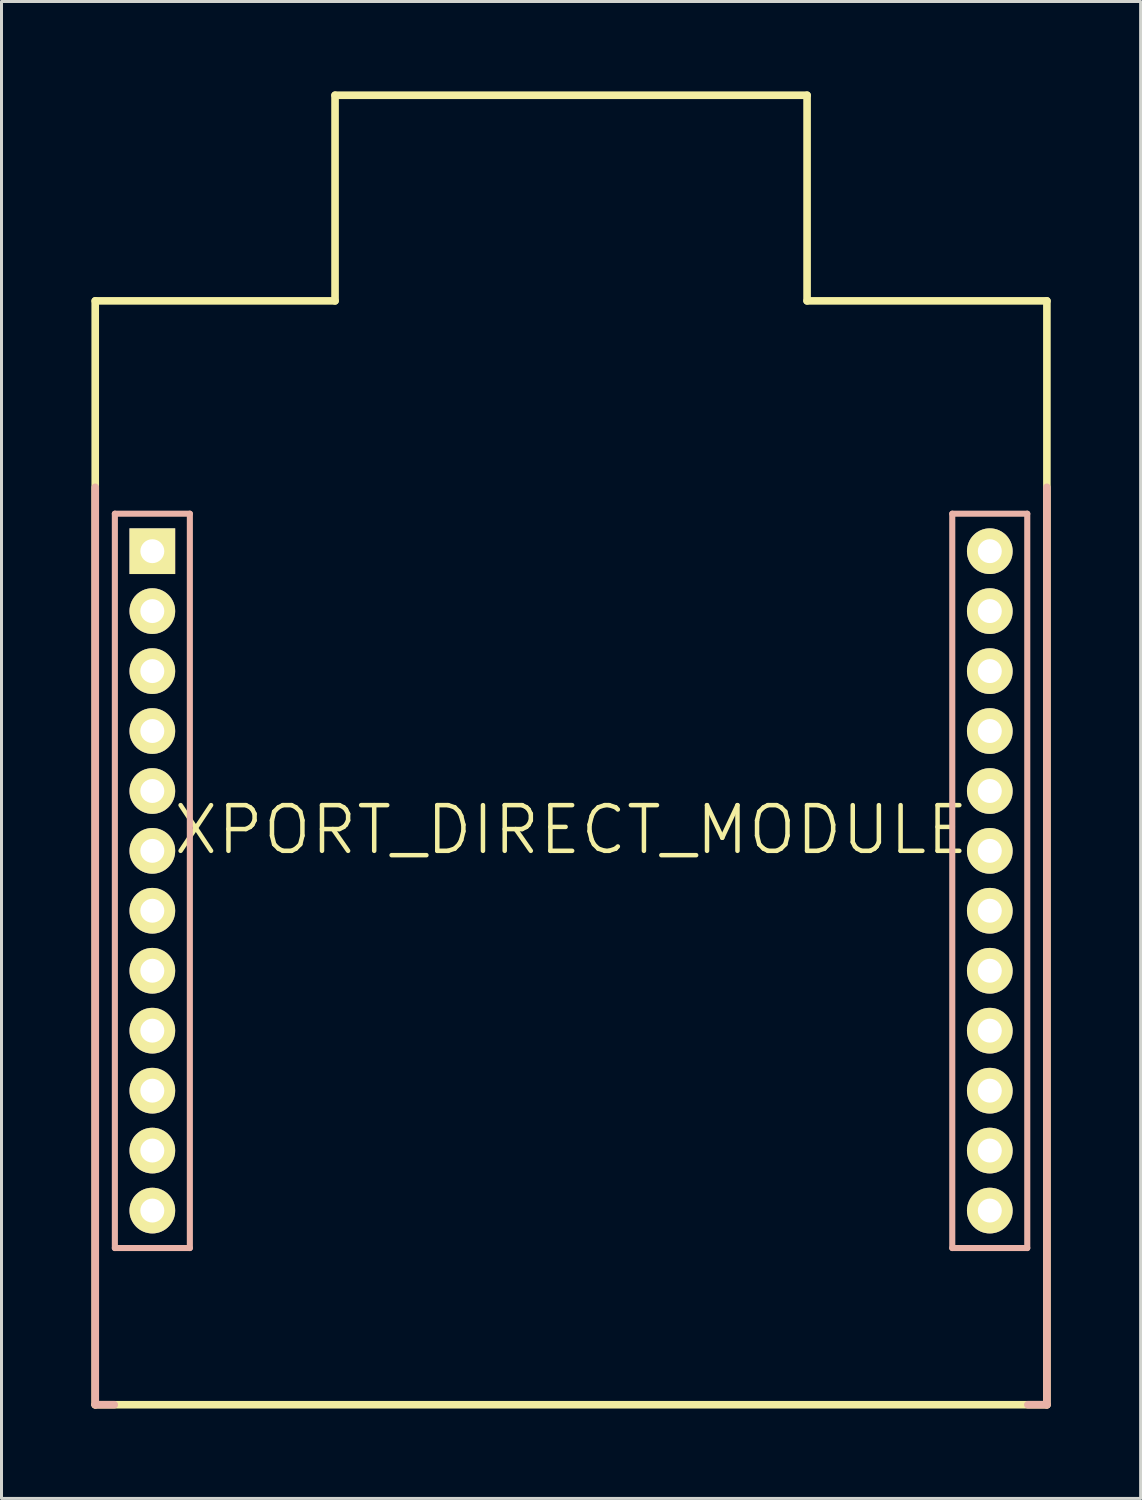
<source format=kicad_pcb>
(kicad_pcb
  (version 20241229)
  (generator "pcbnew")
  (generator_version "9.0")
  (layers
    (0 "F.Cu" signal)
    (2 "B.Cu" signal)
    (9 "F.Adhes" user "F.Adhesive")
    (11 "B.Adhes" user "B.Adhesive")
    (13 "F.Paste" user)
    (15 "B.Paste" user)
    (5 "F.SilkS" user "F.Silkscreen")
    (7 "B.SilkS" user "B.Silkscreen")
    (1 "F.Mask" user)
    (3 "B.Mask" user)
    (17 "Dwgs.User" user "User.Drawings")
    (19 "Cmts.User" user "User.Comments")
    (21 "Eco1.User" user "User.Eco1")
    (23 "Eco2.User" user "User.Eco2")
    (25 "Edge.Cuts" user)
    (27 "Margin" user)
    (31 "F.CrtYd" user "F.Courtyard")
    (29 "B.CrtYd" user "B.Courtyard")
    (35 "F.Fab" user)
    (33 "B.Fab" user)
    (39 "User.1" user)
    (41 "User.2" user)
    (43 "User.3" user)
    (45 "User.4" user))
  (footprint "XPORT_DIRECT_MODULE"
    (layer "F.Cu")
    (at 16.002 24.638)
    (property "Reference" "XPORT_DIRECT_MODULE" (at 0 0 0) (layer "F.SilkS") (effects (font (size 1.524 1.524) (thickness 0.15))))
    (attr exclude_from_pos_files exclude_from_bom)
    (fp_line (start -15.875 -17.65) (end -7.874 -17.65) (stroke (width 0.254) (type solid)) (layer "F.SilkS"))
    (fp_line (start -15.875 19.177) (end -15.875 -17.65) (stroke (width 0.254) (type solid)) (layer "F.SilkS"))
    (fp_line (start -15.875 19.177) (end 15.875 19.177) (stroke (width 0.254) (type solid)) (layer "F.SilkS"))
    (fp_line (start -14.224 -9.553) (end -13.716 -9.553) (stroke (width 0.066) (type solid)) (layer "F.SilkS"))
    (fp_line (start -14.224 -9.045) (end -14.224 -9.553) (stroke (width 0.066) (type solid)) (layer "F.SilkS"))
    (fp_line (start -14.224 -9.045) (end -13.716 -9.045) (stroke (width 0.066) (type solid)) (layer "F.SilkS"))
    (fp_line (start -14.224 -7.554) (end -13.716 -7.554) (stroke (width 0.066) (type solid)) (layer "F.SilkS"))
    (fp_line (start -14.224 -7.046) (end -14.224 -7.554) (stroke (width 0.066) (type solid)) (layer "F.SilkS"))
    (fp_line (start -14.224 -7.046) (end -13.716 -7.046) (stroke (width 0.066) (type solid)) (layer "F.SilkS"))
    (fp_line (start -14.224 -5.552) (end -13.716 -5.552) (stroke (width 0.066) (type solid)) (layer "F.SilkS"))
    (fp_line (start -14.224 -5.044) (end -14.224 -5.552) (stroke (width 0.066) (type solid)) (layer "F.SilkS"))
    (fp_line (start -14.224 -5.044) (end -13.716 -5.044) (stroke (width 0.066) (type solid)) (layer "F.SilkS"))
    (fp_line (start -14.224 -3.553) (end -13.716 -3.553) (stroke (width 0.066) (type solid)) (layer "F.SilkS"))
    (fp_line (start -14.224 -3.045) (end -14.224 -3.553) (stroke (width 0.066) (type solid)) (layer "F.SilkS"))
    (fp_line (start -14.224 -3.045) (end -13.716 -3.045) (stroke (width 0.066) (type solid)) (layer "F.SilkS"))
    (fp_line (start -14.224 -1.552) (end -13.716 -1.552) (stroke (width 0.066) (type solid)) (layer "F.SilkS"))
    (fp_line (start -14.224 -1.044) (end -14.224 -1.552) (stroke (width 0.066) (type solid)) (layer "F.SilkS"))
    (fp_line (start -14.224 -1.044) (end -13.716 -1.044) (stroke (width 0.066) (type solid)) (layer "F.SilkS"))
    (fp_line (start -14.224 0.445) (end -13.716 0.445) (stroke (width 0.066) (type solid)) (layer "F.SilkS"))
    (fp_line (start -14.224 0.953) (end -14.224 0.445) (stroke (width 0.066) (type solid)) (layer "F.SilkS"))
    (fp_line (start -14.224 0.953) (end -13.716 0.953) (stroke (width 0.066) (type solid)) (layer "F.SilkS"))
    (fp_line (start -14.224 2.443) (end -13.716 2.443) (stroke (width 0.066) (type solid)) (layer "F.SilkS"))
    (fp_line (start -14.224 2.951) (end -14.224 2.443) (stroke (width 0.066) (type solid)) (layer "F.SilkS"))
    (fp_line (start -14.224 2.951) (end -13.716 2.951) (stroke (width 0.066) (type solid)) (layer "F.SilkS"))
    (fp_line (start -14.224 4.445) (end -13.716 4.445) (stroke (width 0.066) (type solid)) (layer "F.SilkS"))
    (fp_line (start -14.224 4.953) (end -14.224 4.445) (stroke (width 0.066) (type solid)) (layer "F.SilkS"))
    (fp_line (start -14.224 4.953) (end -13.716 4.953) (stroke (width 0.066) (type solid)) (layer "F.SilkS"))
    (fp_line (start -14.224 6.444) (end -13.716 6.444) (stroke (width 0.066) (type solid)) (layer "F.SilkS"))
    (fp_line (start -14.224 6.952) (end -14.224 6.444) (stroke (width 0.066) (type solid)) (layer "F.SilkS"))
    (fp_line (start -14.224 6.952) (end -13.716 6.952) (stroke (width 0.066) (type solid)) (layer "F.SilkS"))
    (fp_line (start -14.224 8.445) (end -13.716 8.445) (stroke (width 0.066) (type solid)) (layer "F.SilkS"))
    (fp_line (start -14.224 8.954) (end -14.224 8.445) (stroke (width 0.066) (type solid)) (layer "F.SilkS"))
    (fp_line (start -14.224 8.954) (end -13.716 8.954) (stroke (width 0.066) (type solid)) (layer "F.SilkS"))
    (fp_line (start -14.224 10.444) (end -13.716 10.444) (stroke (width 0.066) (type solid)) (layer "F.SilkS"))
    (fp_line (start -14.224 10.952) (end -14.224 10.444) (stroke (width 0.066) (type solid)) (layer "F.SilkS"))
    (fp_line (start -14.224 10.952) (end -13.716 10.952) (stroke (width 0.066) (type solid)) (layer "F.SilkS"))
    (fp_line (start -14.224 12.446) (end -13.716 12.446) (stroke (width 0.066) (type solid)) (layer "F.SilkS"))
    (fp_line (start -14.224 12.954) (end -14.224 12.446) (stroke (width 0.066) (type solid)) (layer "F.SilkS"))
    (fp_line (start -14.224 12.954) (end -13.716 12.954) (stroke (width 0.066) (type solid)) (layer "F.SilkS"))
    (fp_line (start -13.716 -9.045) (end -13.716 -9.553) (stroke (width 0.066) (type solid)) (layer "F.SilkS"))
    (fp_line (start -13.716 -7.046) (end -13.716 -7.554) (stroke (width 0.066) (type solid)) (layer "F.SilkS"))
    (fp_line (start -13.716 -5.044) (end -13.716 -5.552) (stroke (width 0.066) (type solid)) (layer "F.SilkS"))
    (fp_line (start -13.716 -3.045) (end -13.716 -3.553) (stroke (width 0.066) (type solid)) (layer "F.SilkS"))
    (fp_line (start -13.716 -1.044) (end -13.716 -1.552) (stroke (width 0.066) (type solid)) (layer "F.SilkS"))
    (fp_line (start -13.716 0.953) (end -13.716 0.445) (stroke (width 0.066) (type solid)) (layer "F.SilkS"))
    (fp_line (start -13.716 2.951) (end -13.716 2.443) (stroke (width 0.066) (type solid)) (layer "F.SilkS"))
    (fp_line (start -13.716 4.953) (end -13.716 4.445) (stroke (width 0.066) (type solid)) (layer "F.SilkS"))
    (fp_line (start -13.716 6.952) (end -13.716 6.444) (stroke (width 0.066) (type solid)) (layer "F.SilkS"))
    (fp_line (start -13.716 8.954) (end -13.716 8.445) (stroke (width 0.066) (type solid)) (layer "F.SilkS"))
    (fp_line (start -13.716 10.952) (end -13.716 10.444) (stroke (width 0.066) (type solid)) (layer "F.SilkS"))
    (fp_line (start -13.716 12.954) (end -13.716 12.446) (stroke (width 0.066) (type solid)) (layer "F.SilkS"))
    (fp_line (start -7.874 -24.511) (end 7.874 -24.511) (stroke (width 0.254) (type solid)) (layer "F.SilkS"))
    (fp_line (start -7.874 -17.65) (end -7.874 -24.511) (stroke (width 0.254) (type solid)) (layer "F.SilkS"))
    (fp_line (start 7.874 -17.65) (end 7.874 -24.511) (stroke (width 0.254) (type solid)) (layer "F.SilkS"))
    (fp_line (start 7.874 -17.65) (end 15.875 -17.65) (stroke (width 0.254) (type solid)) (layer "F.SilkS"))
    (fp_line (start 13.716 -9.553) (end 14.224 -9.553) (stroke (width 0.066) (type solid)) (layer "F.SilkS"))
    (fp_line (start 13.716 -9.045) (end 13.716 -9.553) (stroke (width 0.066) (type solid)) (layer "F.SilkS"))
    (fp_line (start 13.716 -9.045) (end 14.224 -9.045) (stroke (width 0.066) (type solid)) (layer "F.SilkS"))
    (fp_line (start 13.716 -7.554) (end 14.224 -7.554) (stroke (width 0.066) (type solid)) (layer "F.SilkS"))
    (fp_line (start 13.716 -7.046) (end 13.716 -7.554) (stroke (width 0.066) (type solid)) (layer "F.SilkS"))
    (fp_line (start 13.716 -7.046) (end 14.224 -7.046) (stroke (width 0.066) (type solid)) (layer "F.SilkS"))
    (fp_line (start 13.716 -5.552) (end 14.224 -5.552) (stroke (width 0.066) (type solid)) (layer "F.SilkS"))
    (fp_line (start 13.716 -5.044) (end 13.716 -5.552) (stroke (width 0.066) (type solid)) (layer "F.SilkS"))
    (fp_line (start 13.716 -5.044) (end 14.224 -5.044) (stroke (width 0.066) (type solid)) (layer "F.SilkS"))
    (fp_line (start 13.716 -3.553) (end 14.224 -3.553) (stroke (width 0.066) (type solid)) (layer "F.SilkS"))
    (fp_line (start 13.716 -3.045) (end 13.716 -3.553) (stroke (width 0.066) (type solid)) (layer "F.SilkS"))
    (fp_line (start 13.716 -3.045) (end 14.224 -3.045) (stroke (width 0.066) (type solid)) (layer "F.SilkS"))
    (fp_line (start 13.716 -1.552) (end 14.224 -1.552) (stroke (width 0.066) (type solid)) (layer "F.SilkS"))
    (fp_line (start 13.716 -1.044) (end 13.716 -1.552) (stroke (width 0.066) (type solid)) (layer "F.SilkS"))
    (fp_line (start 13.716 -1.044) (end 14.224 -1.044) (stroke (width 0.066) (type solid)) (layer "F.SilkS"))
    (fp_line (start 13.716 0.445) (end 14.224 0.445) (stroke (width 0.066) (type solid)) (layer "F.SilkS"))
    (fp_line (start 13.716 0.953) (end 13.716 0.445) (stroke (width 0.066) (type solid)) (layer "F.SilkS"))
    (fp_line (start 13.716 0.953) (end 14.224 0.953) (stroke (width 0.066) (type solid)) (layer "F.SilkS"))
    (fp_line (start 13.716 2.443) (end 14.224 2.443) (stroke (width 0.066) (type solid)) (layer "F.SilkS"))
    (fp_line (start 13.716 2.951) (end 13.716 2.443) (stroke (width 0.066) (type solid)) (layer "F.SilkS"))
    (fp_line (start 13.716 2.951) (end 14.224 2.951) (stroke (width 0.066) (type solid)) (layer "F.SilkS"))
    (fp_line (start 13.716 4.445) (end 14.224 4.445) (stroke (width 0.066) (type solid)) (layer "F.SilkS"))
    (fp_line (start 13.716 4.953) (end 13.716 4.445) (stroke (width 0.066) (type solid)) (layer "F.SilkS"))
    (fp_line (start 13.716 4.953) (end 14.224 4.953) (stroke (width 0.066) (type solid)) (layer "F.SilkS"))
    (fp_line (start 13.716 6.444) (end 14.224 6.444) (stroke (width 0.066) (type solid)) (layer "F.SilkS"))
    (fp_line (start 13.716 6.952) (end 13.716 6.444) (stroke (width 0.066) (type solid)) (layer "F.SilkS"))
    (fp_line (start 13.716 6.952) (end 14.224 6.952) (stroke (width 0.066) (type solid)) (layer "F.SilkS"))
    (fp_line (start 13.716 8.445) (end 14.224 8.445) (stroke (width 0.066) (type solid)) (layer "F.SilkS"))
    (fp_line (start 13.716 8.954) (end 13.716 8.445) (stroke (width 0.066) (type solid)) (layer "F.SilkS"))
    (fp_line (start 13.716 8.954) (end 14.224 8.954) (stroke (width 0.066) (type solid)) (layer "F.SilkS"))
    (fp_line (start 13.716 10.444) (end 14.224 10.444) (stroke (width 0.066) (type solid)) (layer "F.SilkS"))
    (fp_line (start 13.716 10.952) (end 13.716 10.444) (stroke (width 0.066) (type solid)) (layer "F.SilkS"))
    (fp_line (start 13.716 10.952) (end 14.224 10.952) (stroke (width 0.066) (type solid)) (layer "F.SilkS"))
    (fp_line (start 13.716 12.446) (end 14.224 12.446) (stroke (width 0.066) (type solid)) (layer "F.SilkS"))
    (fp_line (start 13.716 12.954) (end 13.716 12.446) (stroke (width 0.066) (type solid)) (layer "F.SilkS"))
    (fp_line (start 13.716 12.954) (end 14.224 12.954) (stroke (width 0.066) (type solid)) (layer "F.SilkS"))
    (fp_line (start 14.224 -9.045) (end 14.224 -9.553) (stroke (width 0.066) (type solid)) (layer "F.SilkS"))
    (fp_line (start 14.224 -7.046) (end 14.224 -7.554) (stroke (width 0.066) (type solid)) (layer "F.SilkS"))
    (fp_line (start 14.224 -5.044) (end 14.224 -5.552) (stroke (width 0.066) (type solid)) (layer "F.SilkS"))
    (fp_line (start 14.224 -3.045) (end 14.224 -3.553) (stroke (width 0.066) (type solid)) (layer "F.SilkS"))
    (fp_line (start 14.224 -1.044) (end 14.224 -1.552) (stroke (width 0.066) (type solid)) (layer "F.SilkS"))
    (fp_line (start 14.224 0.953) (end 14.224 0.445) (stroke (width 0.066) (type solid)) (layer "F.SilkS"))
    (fp_line (start 14.224 2.951) (end 14.224 2.443) (stroke (width 0.066) (type solid)) (layer "F.SilkS"))
    (fp_line (start 14.224 4.953) (end 14.224 4.445) (stroke (width 0.066) (type solid)) (layer "F.SilkS"))
    (fp_line (start 14.224 6.952) (end 14.224 6.444) (stroke (width 0.066) (type solid)) (layer "F.SilkS"))
    (fp_line (start 14.224 8.954) (end 14.224 8.445) (stroke (width 0.066) (type solid)) (layer "F.SilkS"))
    (fp_line (start 14.224 10.952) (end 14.224 10.444) (stroke (width 0.066) (type solid)) (layer "F.SilkS"))
    (fp_line (start 14.224 12.954) (end 14.224 12.446) (stroke (width 0.066) (type solid)) (layer "F.SilkS"))
    (fp_line (start 15.875 19.177) (end 15.875 -17.65) (stroke (width 0.254) (type solid)) (layer "F.SilkS"))
    (fp_line (start -15.875 19.177) (end -15.875 -11.43) (stroke (width 0.254) (type solid)) (layer "B.SilkS"))
    (fp_line (start -15.875 19.177) (end -15.24 19.177) (stroke (width 0.254) (type solid)) (layer "B.SilkS"))
    (fp_line (start -15.22 -10.549) (end -12.718 -10.549) (stroke (width 0.203) (type solid)) (layer "B.SilkS"))
    (fp_line (start -15.22 13.95) (end -15.22 -10.549) (stroke (width 0.203) (type solid)) (layer "B.SilkS"))
    (fp_line (start -15.22 13.95) (end -12.718 13.95) (stroke (width 0.203) (type solid)) (layer "B.SilkS"))
    (fp_line (start -12.718 -10.549) (end -12.718 13.95) (stroke (width 0.203) (type solid)) (layer "B.SilkS"))
    (fp_line (start 12.718 -10.549) (end 15.22 -10.549) (stroke (width 0.203) (type solid)) (layer "B.SilkS"))
    (fp_line (start 12.718 13.95) (end 12.718 -10.549) (stroke (width 0.203) (type solid)) (layer "B.SilkS"))
    (fp_line (start 12.718 13.95) (end 15.22 13.95) (stroke (width 0.203) (type solid)) (layer "B.SilkS"))
    (fp_line (start 15.22 -10.549) (end 15.22 13.95) (stroke (width 0.203) (type solid)) (layer "B.SilkS"))
    (fp_line (start 15.875 19.177) (end 15.24 19.177) (stroke (width 0.254) (type solid)) (layer "B.SilkS"))
    (fp_line (start 15.875 19.177) (end 15.875 -11.43) (stroke (width 0.254) (type solid)) (layer "B.SilkS"))
    (pad "P1" thru_hole rect (at -13.97 -9.299) (size 1.524 1.524) (drill 0.798) (layers "*.Cu" "F.Mask" "F.SilkS" "F.Paste"))
    (pad "P2" thru_hole circle (at 13.97 -9.299) (size 1.524 1.524) (drill 0.798) (layers "*.Cu" "F.Mask" "F.SilkS" "F.Paste"))
    (pad "P3" thru_hole circle (at -13.97 -7.3) (size 1.524 1.524) (drill 0.798) (layers "*.Cu" "F.Mask" "F.SilkS" "F.Paste"))
    (pad "P4" thru_hole circle (at 13.97 -7.3) (size 1.524 1.524) (drill 0.798) (layers "*.Cu" "F.Mask" "F.SilkS" "F.Paste"))
    (pad "P5" thru_hole circle (at -13.97 -5.298) (size 1.524 1.524) (drill 0.798) (layers "*.Cu" "F.Mask" "F.SilkS" "F.Paste"))
    (pad "P6" thru_hole circle (at 13.97 -5.298) (size 1.524 1.524) (drill 0.798) (layers "*.Cu" "F.Mask" "F.SilkS" "F.Paste"))
    (pad "P7" thru_hole circle (at -13.97 -3.299) (size 1.524 1.524) (drill 0.798) (layers "*.Cu" "F.Mask" "F.SilkS" "F.Paste"))
    (pad "P8" thru_hole circle (at 13.97 -3.299) (size 1.524 1.524) (drill 0.798) (layers "*.Cu" "F.Mask" "F.SilkS" "F.Paste"))
    (pad "P9" thru_hole circle (at -13.97 -1.298) (size 1.524 1.524) (drill 0.798) (layers "*.Cu" "F.Mask" "F.SilkS" "F.Paste"))
    (pad "P10" thru_hole circle (at 13.97 -1.298) (size 1.524 1.524) (drill 0.798) (layers "*.Cu" "F.Mask" "F.SilkS" "F.Paste"))
    (pad "P11" thru_hole circle (at -13.97 0.699) (size 1.524 1.524) (drill 0.798) (layers "*.Cu" "F.Mask" "F.SilkS" "F.Paste"))
    (pad "P12" thru_hole circle (at 13.97 0.699) (size 1.524 1.524) (drill 0.798) (layers "*.Cu" "F.Mask" "F.SilkS" "F.Paste"))
    (pad "P13" thru_hole circle (at -13.97 2.697) (size 1.524 1.524) (drill 0.798) (layers "*.Cu" "F.Mask" "F.SilkS" "F.Paste"))
    (pad "P14" thru_hole circle (at 13.97 2.697) (size 1.524 1.524) (drill 0.798) (layers "*.Cu" "F.Mask" "F.SilkS" "F.Paste"))
    (pad "P15" thru_hole circle (at -13.97 4.699) (size 1.524 1.524) (drill 0.798) (layers "*.Cu" "F.Mask" "F.SilkS" "F.Paste"))
    (pad "P16" thru_hole circle (at 13.97 4.699) (size 1.524 1.524) (drill 0.798) (layers "*.Cu" "F.Mask" "F.SilkS" "F.Paste"))
    (pad "P17" thru_hole circle (at -13.97 6.698) (size 1.524 1.524) (drill 0.798) (layers "*.Cu" "F.Mask" "F.SilkS" "F.Paste"))
    (pad "P18" thru_hole circle (at 13.97 6.698) (size 1.524 1.524) (drill 0.798) (layers "*.Cu" "F.Mask" "F.SilkS" "F.Paste"))
    (pad "P19" thru_hole circle (at -13.97 8.7) (size 1.524 1.524) (drill 0.798) (layers "*.Cu" "F.Mask" "F.SilkS" "F.Paste"))
    (pad "P20" thru_hole circle (at 13.97 8.7) (size 1.524 1.524) (drill 0.798) (layers "*.Cu" "F.Mask" "F.SilkS" "F.Paste"))
    (pad "P21" thru_hole circle (at -13.97 10.698) (size 1.524 1.524) (drill 0.798) (layers "*.Cu" "F.Mask" "F.SilkS" "F.Paste"))
    (pad "P22" thru_hole circle (at 13.97 10.698) (size 1.524 1.524) (drill 0.798) (layers "*.Cu" "F.Mask" "F.SilkS" "F.Paste"))
    (pad "P23" thru_hole circle (at -13.97 12.7) (size 1.524 1.524) (drill 0.798) (layers "*.Cu" "F.Mask" "F.SilkS" "F.Paste"))
    (pad "P24" thru_hole circle (at 13.97 12.7) (size 1.524 1.524) (drill 0.798) (layers "*.Cu" "F.Mask" "F.SilkS" "F.Paste")))
  (gr_rect
    (start -3 -3)
    (end 35.004 46.942)
    (stroke (width 0.1) (type default))
    (fill no)
    (layer "Edge.Cuts")))
</source>
